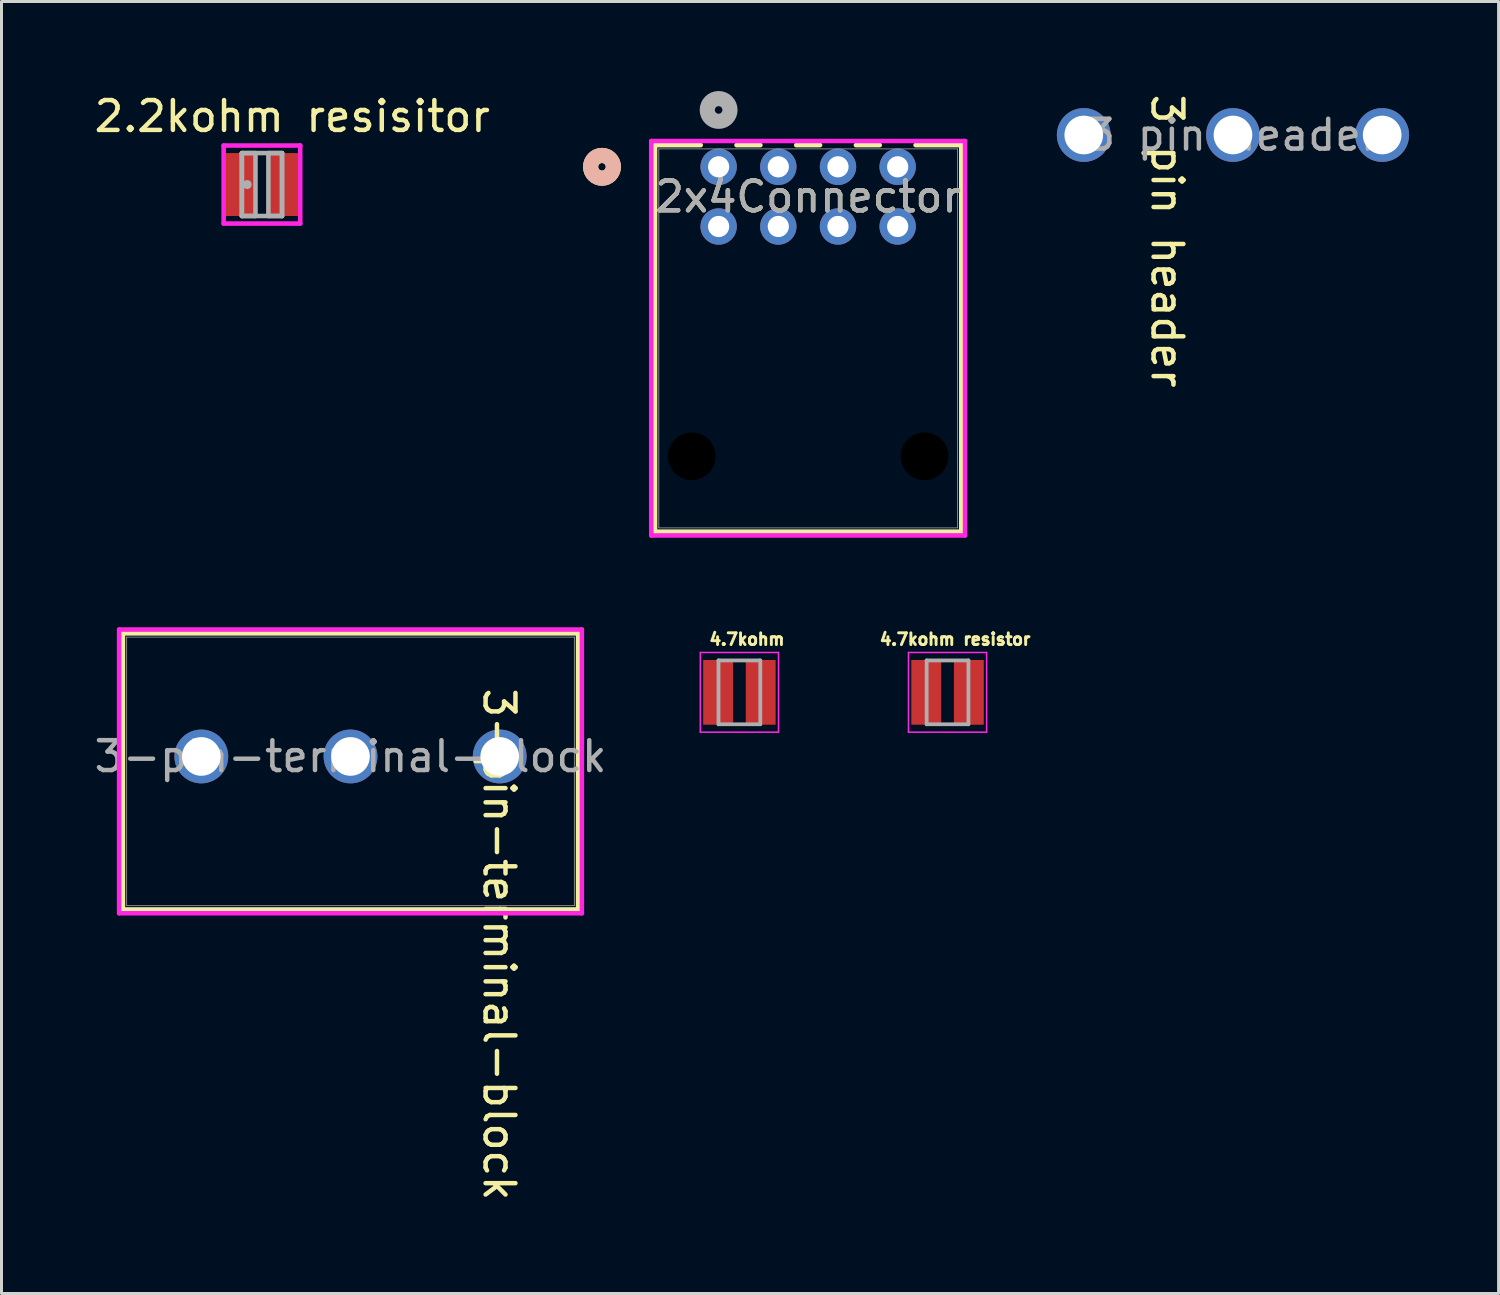
<source format=kicad_pcb>
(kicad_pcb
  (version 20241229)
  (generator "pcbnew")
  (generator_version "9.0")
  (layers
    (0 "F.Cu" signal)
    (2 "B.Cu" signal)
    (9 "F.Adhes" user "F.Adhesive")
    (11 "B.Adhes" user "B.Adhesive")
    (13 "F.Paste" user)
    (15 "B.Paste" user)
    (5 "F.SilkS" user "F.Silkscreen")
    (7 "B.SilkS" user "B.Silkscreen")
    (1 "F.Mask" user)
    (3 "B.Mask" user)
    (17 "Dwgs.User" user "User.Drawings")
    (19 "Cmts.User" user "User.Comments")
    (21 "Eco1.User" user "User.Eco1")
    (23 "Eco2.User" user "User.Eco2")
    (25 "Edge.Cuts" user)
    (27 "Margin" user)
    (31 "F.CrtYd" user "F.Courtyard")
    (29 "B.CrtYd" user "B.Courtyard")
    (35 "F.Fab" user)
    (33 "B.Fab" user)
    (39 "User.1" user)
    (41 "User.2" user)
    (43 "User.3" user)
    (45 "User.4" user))
  (footprint "3 pin header"
    (layer "F.Cu")
    (at 33.268 1.474)
    (property "Reference" "3 pin header" (at 2.794 3.556 270) (unlocked yes) (layer "F.SilkS") (effects (font (size 1 1) (thickness 0.15))))
    (attr through_hole)
    (fp_text user "${REFERENCE}" (at 5 0 0) (unlocked yes) (layer "F.Fab") (effects (font (size 1 1) (thickness 0.15))))
    (pad "1" thru_hole circle (at 0 0) (size 1.803 1.803) (drill 1.295) (layers "*.Cu" "*.Mask"))
    (pad "2" thru_hole circle (at 5 0) (size 1.803 1.803) (drill 1.295) (layers "*.Cu" "*.Mask"))
    (pad "3" thru_hole circle (at 10 0) (size 1.803 1.803) (drill 1.295) (layers "*.Cu" "*.Mask")))
  (footprint "4.7kohm resistor"
    (layer "F.Cu")
    (at 28.703 20.151)
    (property "Reference" "4.7kohm resistor" (at 0.254 -1.778 0) (layer "F.SilkS") (effects (font (size 0.394 0.394) (thickness 0.098))))
    (attr smd)
    (fp_line (start -1.31 -1.335) (end 1.31 -1.335) (stroke (width 0.05) (type solid)) (layer "F.CrtYd"))
    (fp_line (start -1.31 1.335) (end -1.31 -1.335) (stroke (width 0.05) (type solid)) (layer "F.CrtYd"))
    (fp_line (start -1.31 1.335) (end 1.31 1.335) (stroke (width 0.05) (type solid)) (layer "F.CrtYd"))
    (fp_line (start 1.31 1.335) (end 1.31 -1.335) (stroke (width 0.05) (type solid)) (layer "F.CrtYd"))
    (fp_line (start -0.7 1.07) (end -0.7 -1.07) (stroke (width 0.127) (type solid)) (layer "F.Fab"))
    (fp_line (start 0.7 -1.07) (end -0.7 -1.07) (stroke (width 0.127) (type solid)) (layer "F.Fab"))
    (fp_line (start 0.7 1.07) (end -0.7 1.07) (stroke (width 0.127) (type solid)) (layer "F.Fab"))
    (fp_line (start 0.7 1.07) (end 0.7 -1.07) (stroke (width 0.127) (type solid)) (layer "F.Fab"))
    (pad "1" smd rect (at -0.714 0) (size 1 2.17) (layers "F.Cu" "F.Mask" "F.Paste"))
    (pad "2" smd rect (at 0.714 0) (size 1 2.17) (layers "F.Cu" "F.Mask" "F.Paste")))
  (footprint "4.7kohm"
    (layer "F.Cu")
    (at 21.728 20.151)
    (property "Reference" "4.7kohm" (at 0.254 -1.778 0) (layer "F.SilkS") (effects (font (size 0.394 0.394) (thickness 0.098))))
    (attr smd)
    (fp_line (start -1.31 -1.335) (end 1.31 -1.335) (stroke (width 0.05) (type solid)) (layer "F.CrtYd"))
    (fp_line (start -1.31 1.335) (end -1.31 -1.335) (stroke (width 0.05) (type solid)) (layer "F.CrtYd"))
    (fp_line (start -1.31 1.335) (end 1.31 1.335) (stroke (width 0.05) (type solid)) (layer "F.CrtYd"))
    (fp_line (start 1.31 1.335) (end 1.31 -1.335) (stroke (width 0.05) (type solid)) (layer "F.CrtYd"))
    (fp_line (start -0.7 1.07) (end -0.7 -1.07) (stroke (width 0.127) (type solid)) (layer "F.Fab"))
    (fp_line (start 0.7 -1.07) (end -0.7 -1.07) (stroke (width 0.127) (type solid)) (layer "F.Fab"))
    (fp_line (start 0.7 1.07) (end -0.7 1.07) (stroke (width 0.127) (type solid)) (layer "F.Fab"))
    (fp_line (start 0.7 1.07) (end 0.7 -1.07) (stroke (width 0.127) (type solid)) (layer "F.Fab"))
    (pad "1" smd rect (at -0.714 0) (size 1 2.17) (layers "F.Cu" "F.Mask" "F.Paste"))
    (pad "2" smd rect (at 0.714 0) (size 1 2.17) (layers "F.Cu" "F.Mask" "F.Paste")))
  (footprint "3-pin-terminal-block"
    (layer "F.Cu")
    (at 3.696 22.3)
    (property "Reference" "3-pin-terminal-block" (at 9.982 6.299 270) (unlocked yes) (layer "F.SilkS") (effects (font (size 1 1) (thickness 0.15))))
    (attr through_hole)
    (fp_line (start -2.627 -4.127) (end -2.627 5.127) (stroke (width 0.152) (type solid)) (layer "F.SilkS"))
    (fp_line (start -2.627 5.127) (end 12.627 5.127) (stroke (width 0.152) (type solid)) (layer "F.SilkS"))
    (fp_line (start 12.627 -4.127) (end -2.627 -4.127) (stroke (width 0.152) (type solid)) (layer "F.SilkS"))
    (fp_line (start 12.627 5.127) (end 12.627 -4.127) (stroke (width 0.152) (type solid)) (layer "F.SilkS"))
    (fp_line (start -2.754 -4.254) (end -2.754 5.254) (stroke (width 0.152) (type solid)) (layer "F.CrtYd"))
    (fp_line (start -2.754 5.254) (end 12.754 5.254) (stroke (width 0.152) (type solid)) (layer "F.CrtYd"))
    (fp_line (start 12.754 -4.254) (end -2.754 -4.254) (stroke (width 0.152) (type solid)) (layer "F.CrtYd"))
    (fp_line (start 12.754 5.254) (end 12.754 -4.254) (stroke (width 0.152) (type solid)) (layer "F.CrtYd"))
    (fp_line (start -2.5 -4) (end -2.5 5) (stroke (width 0.025) (type solid)) (layer "F.Fab"))
    (fp_line (start -2.5 5) (end 12.5 5) (stroke (width 0.025) (type solid)) (layer "F.Fab"))
    (fp_line (start 12.5 -4) (end -2.5 -4) (stroke (width 0.025) (type solid)) (layer "F.Fab"))
    (fp_line (start 12.5 5) (end 12.5 -4) (stroke (width 0.025) (type solid)) (layer "F.Fab"))
    (fp_text user "${REFERENCE}" (at 5 0 0) (unlocked yes) (layer "F.Fab") (effects (font (size 1 1) (thickness 0.15))))
    (pad "1" thru_hole circle (at 0 0) (size 1.803 1.803) (drill 1.295) (layers "*.Cu" "*.Mask"))
    (pad "2" thru_hole circle (at 5 0) (size 1.803 1.803) (drill 1.295) (layers "*.Cu" "*.Mask"))
    (pad "3" thru_hole circle (at 10 0) (size 1.803 1.803) (drill 1.295) (layers "*.Cu" "*.Mask")))
  (footprint "2.2kohm resisitor"
    (layer "F.Cu")
    (at 5.728 3.134)
    (property "Reference" "2.2kohm resisitor" (at 1.016 -2.286 0) (layer "F.SilkS") (effects (font (size 1 1) (thickness 0.15))))
    (attr through_hole)
    (fp_line (start -1.283 -1.308) (end 1.283 -1.308) (stroke (width 0.152) (type solid)) (layer "F.CrtYd"))
    (fp_line (start -1.283 1.308) (end -1.283 -1.308) (stroke (width 0.152) (type solid)) (layer "F.CrtYd"))
    (fp_line (start 1.283 -1.308) (end 1.283 1.308) (stroke (width 0.152) (type solid)) (layer "F.CrtYd"))
    (fp_line (start 1.283 1.308) (end -1.283 1.308) (stroke (width 0.152) (type solid)) (layer "F.CrtYd"))
    (fp_line (start -0.673 -1.054) (end -0.673 1.054) (stroke (width 0.152) (type solid)) (layer "F.Fab"))
    (fp_line (start -0.673 -1.054) (end -0.673 1.054) (stroke (width 0.152) (type solid)) (layer "F.Fab"))
    (fp_line (start -0.673 1.054) (end -0.216 1.054) (stroke (width 0.152) (type solid)) (layer "F.Fab"))
    (fp_line (start -0.673 1.054) (end 0.673 1.054) (stroke (width 0.152) (type solid)) (layer "F.Fab"))
    (fp_line (start -0.216 -1.054) (end -0.673 -1.054) (stroke (width 0.152) (type solid)) (layer "F.Fab"))
    (fp_line (start -0.216 1.054) (end -0.216 -1.054) (stroke (width 0.152) (type solid)) (layer "F.Fab"))
    (fp_line (start 0.216 -1.054) (end 0.216 1.054) (stroke (width 0.152) (type solid)) (layer "F.Fab"))
    (fp_line (start 0.216 1.054) (end 0.673 1.054) (stroke (width 0.152) (type solid)) (layer "F.Fab"))
    (fp_line (start 0.673 -1.054) (end -0.673 -1.054) (stroke (width 0.152) (type solid)) (layer "F.Fab"))
    (fp_line (start 0.673 -1.054) (end 0.216 -1.054) (stroke (width 0.152) (type solid)) (layer "F.Fab"))
    (fp_line (start 0.673 1.054) (end 0.673 -1.054) (stroke (width 0.152) (type solid)) (layer "F.Fab"))
    (fp_line (start 0.673 1.054) (end 0.673 -1.054) (stroke (width 0.152) (type solid)) (layer "F.Fab"))
    (fp_circle (center -0.495 0) (end -0.419 0) (stroke (width 0.152) (type solid)) (fill no) (layer "F.Fab"))
    (pad "1" smd rect (at -0.716 0) (size 1 2.108) (layers "F.Cu" "F.Mask" "F.Paste"))
    (pad "2" smd rect (at 0.716 0) (size 1 2.108) (layers "F.Cu" "F.Mask" "F.Paste")))
  (footprint "2x4Connector"
    (layer "F.Cu")
    (at 21.032 2.54)
    (property "Reference" "2x4Connector" (at 3 1 0) (unlocked yes) (layer "F.SilkS") (effects (font (size 1 1) (thickness 0.15))))
    (attr through_hole)
    (fp_line (start -2.131 -0.727) (end -2.131 12.227) (stroke (width 0.152) (type solid)) (layer "F.SilkS"))
    (fp_line (start -2.131 12.227) (end 8.131 12.227) (stroke (width 0.152) (type solid)) (layer "F.SilkS"))
    (fp_line (start -0.6 -0.727) (end -2.131 -0.727) (stroke (width 0.152) (type solid)) (layer "F.SilkS"))
    (fp_line (start 1.4 -0.727) (end 0.6 -0.727) (stroke (width 0.152) (type solid)) (layer "F.SilkS"))
    (fp_line (start 3.4 -0.727) (end 2.6 -0.727) (stroke (width 0.152) (type solid)) (layer "F.SilkS"))
    (fp_line (start 5.4 -0.727) (end 4.6 -0.727) (stroke (width 0.152) (type solid)) (layer "F.SilkS"))
    (fp_line (start 8.131 -0.727) (end 6.6 -0.727) (stroke (width 0.152) (type solid)) (layer "F.SilkS"))
    (fp_line (start 8.131 12.227) (end 8.131 -0.727) (stroke (width 0.152) (type solid)) (layer "F.SilkS"))
    (fp_circle (center -3.909 0) (end -3.528 0) (stroke (width 0.508) (type solid)) (fill no) (layer "F.SilkS"))
    (fp_circle (center -3.909 0) (end -3.528 0) (stroke (width 0.508) (type solid)) (fill no) (layer "B.SilkS"))
    (fp_line (start -2.258 -0.864) (end -2.258 12.354) (stroke (width 0.152) (type solid)) (layer "F.CrtYd"))
    (fp_line (start -2.258 12.354) (end 8.258 12.354) (stroke (width 0.152) (type solid)) (layer "F.CrtYd"))
    (fp_line (start 8.258 -0.864) (end -2.258 -0.864) (stroke (width 0.152) (type solid)) (layer "F.CrtYd"))
    (fp_line (start 8.258 12.354) (end 8.258 -0.864) (stroke (width 0.152) (type solid)) (layer "F.CrtYd"))
    (fp_line (start -2.004 -0.6) (end -2.004 12.1) (stroke (width 0.025) (type solid)) (layer "F.Fab"))
    (fp_line (start -2.004 12.1) (end 8.004 12.1) (stroke (width 0.025) (type solid)) (layer "F.Fab"))
    (fp_line (start 8.004 -0.6) (end -2.004 -0.6) (stroke (width 0.025) (type solid)) (layer "F.Fab"))
    (fp_line (start 8.004 12.1) (end 8.004 -0.6) (stroke (width 0.025) (type solid)) (layer "F.Fab"))
    (fp_circle (center 0 -1.905) (end 0.381 -1.905) (stroke (width 0.508) (type solid)) (fill no) (layer "F.Fab"))
    (fp_text user "${REFERENCE}" (at 3 1 0) (unlocked yes) (layer "F.Fab") (effects (font (size 1 1) (thickness 0.15))))
    (pad "" np_thru_hole circle (at -0.9 9.7 90) (size 1.6 1.6) (drill 1.6) (layers))
    (pad "" np_thru_hole circle (at 6.9 9.7 90) (size 1.6 1.6) (drill 1.6) (layers))
    (pad "1" thru_hole circle (at 0 0) (size 1.219 1.219) (drill 0.711) (layers "*.Cu" "*.Mask"))
    (pad "2" thru_hole circle (at 2 0) (size 1.219 1.219) (drill 0.711) (layers "*.Cu" "*.Mask"))
    (pad "3" thru_hole circle (at 4 0) (size 1.219 1.219) (drill 0.711) (layers "*.Cu" "*.Mask"))
    (pad "4" thru_hole circle (at 6 0) (size 1.219 1.219) (drill 0.711) (layers "*.Cu" "*.Mask"))
    (pad "5" thru_hole circle (at 0 2) (size 1.219 1.219) (drill 0.711) (layers "*.Cu" "*.Mask"))
    (pad "6" thru_hole circle (at 2 2) (size 1.219 1.219) (drill 0.711) (layers "*.Cu" "*.Mask"))
    (pad "7" thru_hole circle (at 4 2) (size 1.219 1.219) (drill 0.711) (layers "*.Cu" "*.Mask"))
    (pad "8" thru_hole circle (at 6 2) (size 1.219 1.219) (drill 0.711) (layers "*.Cu" "*.Mask")))
  (gr_rect
    (start -3 -3)
    (end 47.169 40.296)
    (stroke (width 0.1) (type default))
    (fill no)
    (layer "Edge.Cuts")))
</source>
